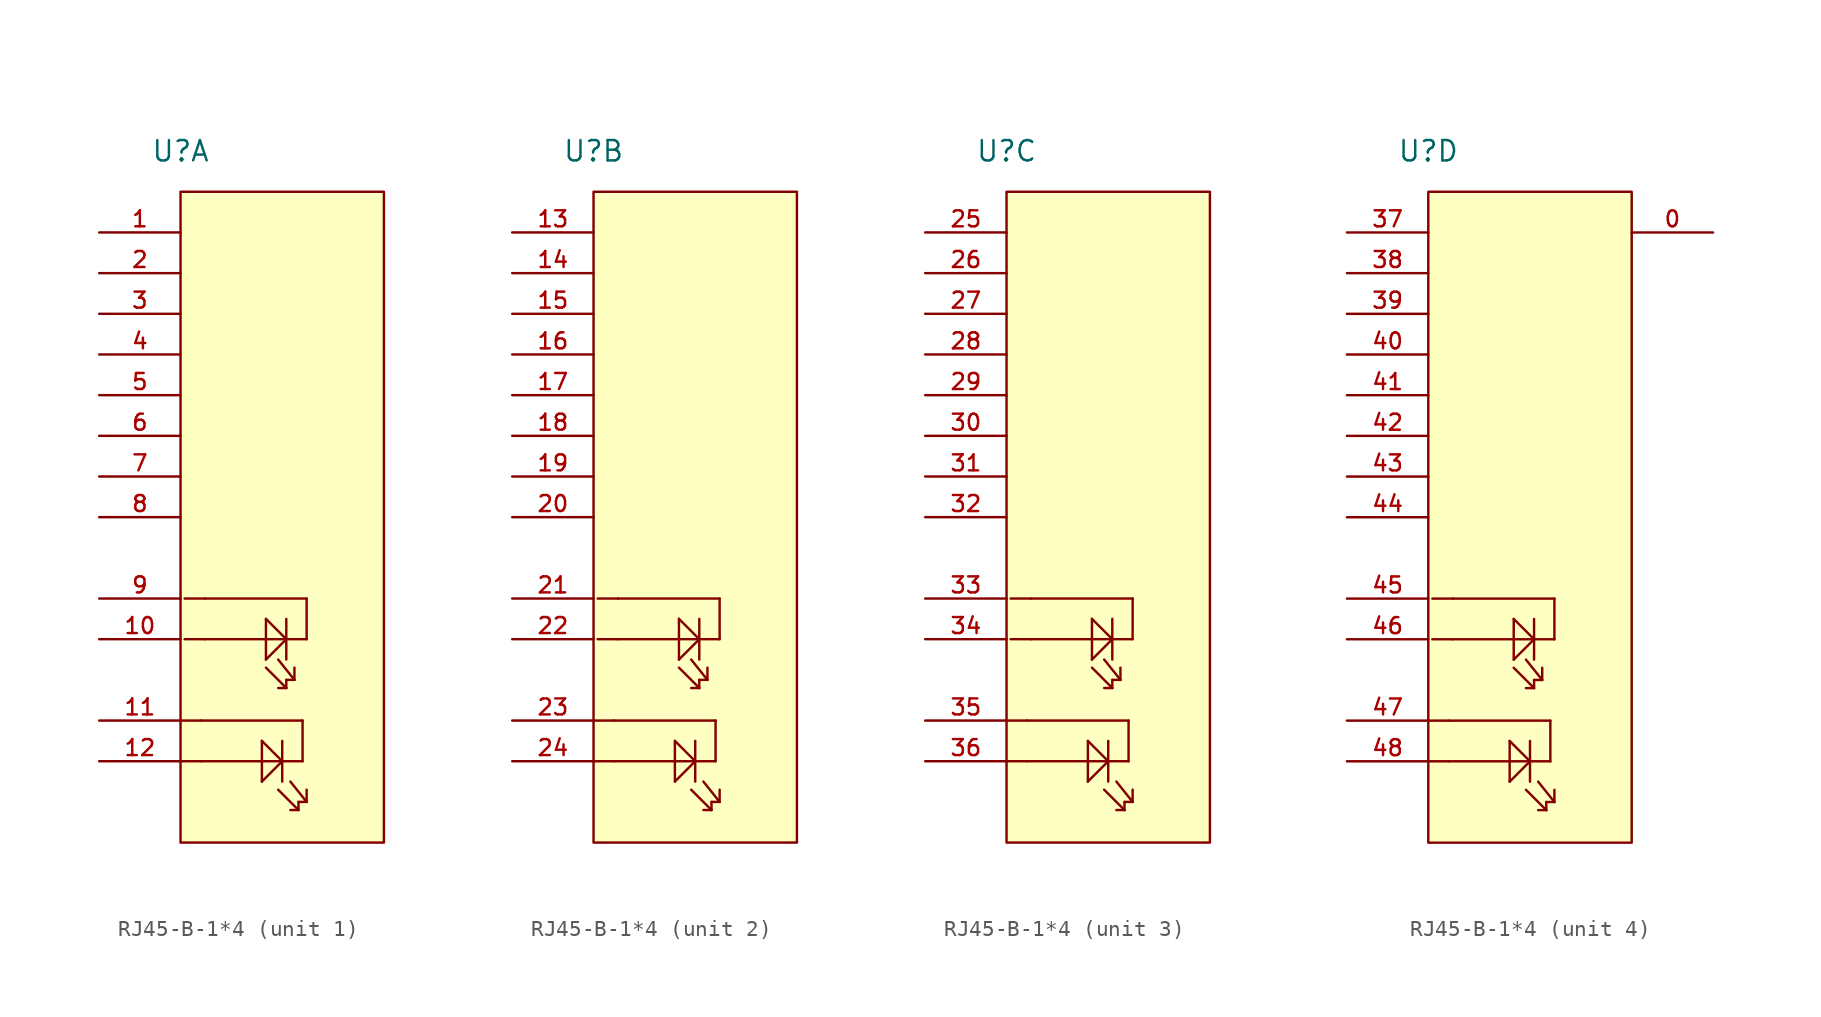
<source format=kicad_sym>
(kicad_symbol_lib
  (version 20211014)
  (generator kicad_symbol_editor)
  (symbol "RJ45-B-1*4"
    (pin_names hide)
    (property "Reference" "U"
      (at -6.35 20.32 0)
      (effects (font (size 1.27 1.27))))
    (symbol "RJ45-B-1*4_1_0"
      (rectangle (start -6.35 17.78) (end 6.35 -22.86) (stroke (width 0) (type default) (color 0 0 0 0)) (fill (type background)))
      (polyline (pts (xy -6.35 -17.78) (xy -5.08 -17.78)) (stroke (width 0) (type default) (color 0 0 0 0)) (fill (type none)))
      (polyline (pts (xy -6.35 -15.24) (xy -5.08 -15.24)) (stroke (width 0) (type default) (color 0 0 0 0)) (fill (type none)))
      (polyline (pts (xy -6.096 -10.16) (xy -4.826 -10.16)) (stroke (width 0) (type default) (color 0 0 0 0)) (fill (type none)))
      (polyline (pts (xy -6.096 -7.62) (xy -4.826 -7.62)) (stroke (width 0) (type default) (color 0 0 0 0)) (fill (type none)))
      (polyline (pts (xy -5.08 -17.78) (xy 1.27 -17.78)) (stroke (width 0) (type default) (color 0 0 0 0)) (fill (type none)))
      (polyline (pts (xy -4.826 -10.16) (xy 1.524 -10.16)) (stroke (width 0) (type default) (color 0 0 0 0)) (fill (type none)))
      (polyline (pts (xy -1.27 -19.05) (xy 0 -17.78)) (stroke (width 0) (type default) (color 0 0 0 0)) (fill (type none)))
      (polyline (pts (xy -1.27 -16.51) (xy -1.27 -19.05)) (stroke (width 0) (type default) (color 0 0 0 0)) (fill (type none)))
      (polyline (pts (xy -1.016 -11.938) (xy 0.254 -13.208)) (stroke (width 0) (type default) (color 0 0 0 0)) (fill (type none)))
      (polyline (pts (xy -1.016 -11.43) (xy 0.254 -10.16)) (stroke (width 0) (type default) (color 0 0 0 0)) (fill (type none)))
      (polyline (pts (xy -1.016 -8.89) (xy -1.016 -11.43)) (stroke (width 0) (type default) (color 0 0 0 0)) (fill (type none)))
      (polyline (pts (xy -0.254 -19.558) (xy 1.016 -20.828)) (stroke (width 0) (type default) (color 0 0 0 0)) (fill (type none)))
      (polyline (pts (xy -0.254 -11.43) (xy 0.762 -12.7)) (stroke (width 0) (type default) (color 0 0 0 0)) (fill (type none)))
      (polyline (pts (xy 0 -17.78) (xy -1.27 -16.51)) (stroke (width 0) (type default) (color 0 0 0 0)) (fill (type none)))
      (polyline (pts (xy 0 -16.51) (xy 0 -19.05)) (stroke (width 0) (type default) (color 0 0 0 0)) (fill (type none)))
      (polyline (pts (xy 0.254 -13.208) (xy -0.254 -13.208)) (stroke (width 0) (type default) (color 0 0 0 0)) (fill (type none)))
      (polyline (pts (xy 0.254 -13.208) (xy 0.254 -12.7)) (stroke (width 0) (type default) (color 0 0 0 0)) (fill (type none)))
      (polyline (pts (xy 0.254 -10.16) (xy -1.016 -8.89)) (stroke (width 0) (type default) (color 0 0 0 0)) (fill (type none)))
      (polyline (pts (xy 0.254 -8.89) (xy 0.254 -11.43)) (stroke (width 0) (type default) (color 0 0 0 0)) (fill (type none)))
      (polyline (pts (xy 0.508 -19.05) (xy 1.524 -20.32)) (stroke (width 0) (type default) (color 0 0 0 0)) (fill (type none)))
      (polyline (pts (xy 0.762 -12.7) (xy 0.254 -12.7)) (stroke (width 0) (type default) (color 0 0 0 0)) (fill (type none)))
      (polyline (pts (xy 0.762 -12.7) (xy 0.762 -11.938)) (stroke (width 0) (type default) (color 0 0 0 0)) (fill (type none)))
      (polyline (pts (xy 1.016 -20.828) (xy 0.508 -20.828)) (stroke (width 0) (type default) (color 0 0 0 0)) (fill (type none)))
      (polyline (pts (xy 1.016 -20.828) (xy 1.016 -20.32)) (stroke (width 0) (type default) (color 0 0 0 0)) (fill (type none)))
      (polyline (pts (xy 1.27 -17.78) (xy 1.27 -15.24)) (stroke (width 0) (type default) (color 0 0 0 0)) (fill (type none)))
      (polyline (pts (xy 1.27 -15.24) (xy -5.08 -15.24)) (stroke (width 0) (type default) (color 0 0 0 0)) (fill (type none)))
      (polyline (pts (xy 1.524 -20.32) (xy 1.016 -20.32)) (stroke (width 0) (type default) (color 0 0 0 0)) (fill (type none)))
      (polyline (pts (xy 1.524 -20.32) (xy 1.524 -19.558)) (stroke (width 0) (type default) (color 0 0 0 0)) (fill (type none)))
      (polyline (pts (xy 1.524 -10.16) (xy 1.524 -7.62)) (stroke (width 0) (type default) (color 0 0 0 0)) (fill (type none)))
      (polyline (pts (xy 1.524 -7.62) (xy -4.826 -7.62)) (stroke (width 0) (type default) (color 0 0 0 0)) (fill (type none)))
      (pin bidirectional line (at -11.43 15.24 0) (length 5.08) (name "1" (effects (font (size 1 1)))) (number "1" (effects (font (size 1 1)))))
      (pin power_in line (at -11.43 -10.16 0) (length 5.08) (name "10" (effects (font (size 1 1)))) (number "10" (effects (font (size 1 1)))))
      (pin power_in line (at -11.43 -15.24 0) (length 5.08) (name "11" (effects (font (size 1 1)))) (number "11" (effects (font (size 1 1)))))
      (pin power_in line (at -11.43 -17.78 0) (length 5.08) (name "12" (effects (font (size 1 1)))) (number "12" (effects (font (size 1 1)))))
      (pin bidirectional line (at -11.43 12.7 0) (length 5.08) (name "2" (effects (font (size 1 1)))) (number "2" (effects (font (size 1 1)))))
      (pin bidirectional line (at -11.43 10.16 0) (length 5.08) (name "3" (effects (font (size 1 1)))) (number "3" (effects (font (size 1 1)))))
      (pin bidirectional line (at -11.43 7.62 0) (length 5.08) (name "4" (effects (font (size 1 1)))) (number "4" (effects (font (size 1 1)))))
      (pin bidirectional line (at -11.43 5.08 0) (length 5.08) (name "5" (effects (font (size 1 1)))) (number "5" (effects (font (size 1 1)))))
      (pin bidirectional line (at -11.43 2.54 0) (length 5.08) (name "6" (effects (font (size 1 1)))) (number "6" (effects (font (size 1 1)))))
      (pin bidirectional line (at -11.43 0 0) (length 5.08) (name "7" (effects (font (size 1 1)))) (number "7" (effects (font (size 1 1)))))
      (pin bidirectional line (at -11.43 -2.54 0) (length 5.08) (name "8" (effects (font (size 1 1)))) (number "8" (effects (font (size 1 1)))))
      (pin power_in line (at -11.43 -7.62 0) (length 5.08) (name "9" (effects (font (size 1 1)))) (number "9" (effects (font (size 1 1))))))
    (symbol "RJ45-B-1*4_2_0"
      (rectangle (start -6.35 17.78) (end 6.35 -22.86) (stroke (width 0) (type default) (color 0 0 0 0)) (fill (type background)))
      (polyline (pts (xy -6.35 -17.78) (xy -5.08 -17.78)) (stroke (width 0) (type default) (color 0 0 0 0)) (fill (type none)))
      (polyline (pts (xy -6.35 -15.24) (xy -5.08 -15.24)) (stroke (width 0) (type default) (color 0 0 0 0)) (fill (type none)))
      (polyline (pts (xy -6.096 -10.16) (xy -4.826 -10.16)) (stroke (width 0) (type default) (color 0 0 0 0)) (fill (type none)))
      (polyline (pts (xy -6.096 -7.62) (xy -4.826 -7.62)) (stroke (width 0) (type default) (color 0 0 0 0)) (fill (type none)))
      (polyline (pts (xy -5.08 -17.78) (xy 1.27 -17.78)) (stroke (width 0) (type default) (color 0 0 0 0)) (fill (type none)))
      (polyline (pts (xy -4.826 -10.16) (xy 1.524 -10.16)) (stroke (width 0) (type default) (color 0 0 0 0)) (fill (type none)))
      (polyline (pts (xy -1.27 -19.05) (xy 0 -17.78)) (stroke (width 0) (type default) (color 0 0 0 0)) (fill (type none)))
      (polyline (pts (xy -1.27 -16.51) (xy -1.27 -19.05)) (stroke (width 0) (type default) (color 0 0 0 0)) (fill (type none)))
      (polyline (pts (xy -1.016 -11.938) (xy 0.254 -13.208)) (stroke (width 0) (type default) (color 0 0 0 0)) (fill (type none)))
      (polyline (pts (xy -1.016 -11.43) (xy 0.254 -10.16)) (stroke (width 0) (type default) (color 0 0 0 0)) (fill (type none)))
      (polyline (pts (xy -1.016 -8.89) (xy -1.016 -11.43)) (stroke (width 0) (type default) (color 0 0 0 0)) (fill (type none)))
      (polyline (pts (xy -0.254 -19.558) (xy 1.016 -20.828)) (stroke (width 0) (type default) (color 0 0 0 0)) (fill (type none)))
      (polyline (pts (xy -0.254 -11.43) (xy 0.762 -12.7)) (stroke (width 0) (type default) (color 0 0 0 0)) (fill (type none)))
      (polyline (pts (xy 0 -17.78) (xy -1.27 -16.51)) (stroke (width 0) (type default) (color 0 0 0 0)) (fill (type none)))
      (polyline (pts (xy 0 -16.51) (xy 0 -19.05)) (stroke (width 0) (type default) (color 0 0 0 0)) (fill (type none)))
      (polyline (pts (xy 0.254 -13.208) (xy -0.254 -13.208)) (stroke (width 0) (type default) (color 0 0 0 0)) (fill (type none)))
      (polyline (pts (xy 0.254 -13.208) (xy 0.254 -12.7)) (stroke (width 0) (type default) (color 0 0 0 0)) (fill (type none)))
      (polyline (pts (xy 0.254 -10.16) (xy -1.016 -8.89)) (stroke (width 0) (type default) (color 0 0 0 0)) (fill (type none)))
      (polyline (pts (xy 0.254 -8.89) (xy 0.254 -11.43)) (stroke (width 0) (type default) (color 0 0 0 0)) (fill (type none)))
      (polyline (pts (xy 0.508 -19.05) (xy 1.524 -20.32)) (stroke (width 0) (type default) (color 0 0 0 0)) (fill (type none)))
      (polyline (pts (xy 0.762 -12.7) (xy 0.254 -12.7)) (stroke (width 0) (type default) (color 0 0 0 0)) (fill (type none)))
      (polyline (pts (xy 0.762 -12.7) (xy 0.762 -11.938)) (stroke (width 0) (type default) (color 0 0 0 0)) (fill (type none)))
      (polyline (pts (xy 1.016 -20.828) (xy 0.508 -20.828)) (stroke (width 0) (type default) (color 0 0 0 0)) (fill (type none)))
      (polyline (pts (xy 1.016 -20.828) (xy 1.016 -20.32)) (stroke (width 0) (type default) (color 0 0 0 0)) (fill (type none)))
      (polyline (pts (xy 1.27 -17.78) (xy 1.27 -15.24)) (stroke (width 0) (type default) (color 0 0 0 0)) (fill (type none)))
      (polyline (pts (xy 1.27 -15.24) (xy -5.08 -15.24)) (stroke (width 0) (type default) (color 0 0 0 0)) (fill (type none)))
      (polyline (pts (xy 1.524 -20.32) (xy 1.016 -20.32)) (stroke (width 0) (type default) (color 0 0 0 0)) (fill (type none)))
      (polyline (pts (xy 1.524 -20.32) (xy 1.524 -19.558)) (stroke (width 0) (type default) (color 0 0 0 0)) (fill (type none)))
      (polyline (pts (xy 1.524 -10.16) (xy 1.524 -7.62)) (stroke (width 0) (type default) (color 0 0 0 0)) (fill (type none)))
      (polyline (pts (xy 1.524 -7.62) (xy -4.826 -7.62)) (stroke (width 0) (type default) (color 0 0 0 0)) (fill (type none)))
      (pin bidirectional line (at -11.43 15.24 0) (length 5.08) (name "13" (effects (font (size 1 1)))) (number "13" (effects (font (size 1 1)))))
      (pin bidirectional line (at -11.43 12.7 0) (length 5.08) (name "14" (effects (font (size 1 1)))) (number "14" (effects (font (size 1 1)))))
      (pin bidirectional line (at -11.43 10.16 0) (length 5.08) (name "15" (effects (font (size 1 1)))) (number "15" (effects (font (size 1 1)))))
      (pin bidirectional line (at -11.43 7.62 0) (length 5.08) (name "16" (effects (font (size 1 1)))) (number "16" (effects (font (size 1 1)))))
      (pin bidirectional line (at -11.43 5.08 0) (length 5.08) (name "17" (effects (font (size 1 1)))) (number "17" (effects (font (size 1 1)))))
      (pin bidirectional line (at -11.43 2.54 0) (length 5.08) (name "18" (effects (font (size 1 1)))) (number "18" (effects (font (size 1 1)))))
      (pin bidirectional line (at -11.43 0 0) (length 5.08) (name "19" (effects (font (size 1 1)))) (number "19" (effects (font (size 1 1)))))
      (pin bidirectional line (at -11.43 -2.54 0) (length 5.08) (name "20" (effects (font (size 1 1)))) (number "20" (effects (font (size 1 1)))))
      (pin power_in line (at -11.43 -7.62 0) (length 5.08) (name "21" (effects (font (size 1 1)))) (number "21" (effects (font (size 1 1)))))
      (pin power_in line (at -11.43 -10.16 0) (length 5.08) (name "22" (effects (font (size 1 1)))) (number "22" (effects (font (size 1 1)))))
      (pin power_in line (at -11.43 -15.24 0) (length 5.08) (name "23" (effects (font (size 1 1)))) (number "23" (effects (font (size 1 1)))))
      (pin power_in line (at -11.43 -17.78 0) (length 5.08) (name "24" (effects (font (size 1 1)))) (number "24" (effects (font (size 1 1))))))
    (symbol "RJ45-B-1*4_3_0"
      (rectangle (start -6.35 17.78) (end 6.35 -22.86) (stroke (width 0) (type default) (color 0 0 0 0)) (fill (type background)))
      (polyline (pts (xy -6.35 -17.78) (xy -5.08 -17.78)) (stroke (width 0) (type default) (color 0 0 0 0)) (fill (type none)))
      (polyline (pts (xy -6.35 -15.24) (xy -5.08 -15.24)) (stroke (width 0) (type default) (color 0 0 0 0)) (fill (type none)))
      (polyline (pts (xy -6.096 -10.16) (xy -4.826 -10.16)) (stroke (width 0) (type default) (color 0 0 0 0)) (fill (type none)))
      (polyline (pts (xy -6.096 -7.62) (xy -4.826 -7.62)) (stroke (width 0) (type default) (color 0 0 0 0)) (fill (type none)))
      (polyline (pts (xy -5.08 -17.78) (xy 1.27 -17.78)) (stroke (width 0) (type default) (color 0 0 0 0)) (fill (type none)))
      (polyline (pts (xy -4.826 -10.16) (xy 1.524 -10.16)) (stroke (width 0) (type default) (color 0 0 0 0)) (fill (type none)))
      (polyline (pts (xy -1.27 -19.05) (xy 0 -17.78)) (stroke (width 0) (type default) (color 0 0 0 0)) (fill (type none)))
      (polyline (pts (xy -1.27 -16.51) (xy -1.27 -19.05)) (stroke (width 0) (type default) (color 0 0 0 0)) (fill (type none)))
      (polyline (pts (xy -1.016 -11.938) (xy 0.254 -13.208)) (stroke (width 0) (type default) (color 0 0 0 0)) (fill (type none)))
      (polyline (pts (xy -1.016 -11.43) (xy 0.254 -10.16)) (stroke (width 0) (type default) (color 0 0 0 0)) (fill (type none)))
      (polyline (pts (xy -1.016 -8.89) (xy -1.016 -11.43)) (stroke (width 0) (type default) (color 0 0 0 0)) (fill (type none)))
      (polyline (pts (xy -0.254 -19.558) (xy 1.016 -20.828)) (stroke (width 0) (type default) (color 0 0 0 0)) (fill (type none)))
      (polyline (pts (xy -0.254 -11.43) (xy 0.762 -12.7)) (stroke (width 0) (type default) (color 0 0 0 0)) (fill (type none)))
      (polyline (pts (xy 0 -17.78) (xy -1.27 -16.51)) (stroke (width 0) (type default) (color 0 0 0 0)) (fill (type none)))
      (polyline (pts (xy 0 -16.51) (xy 0 -19.05)) (stroke (width 0) (type default) (color 0 0 0 0)) (fill (type none)))
      (polyline (pts (xy 0.254 -13.208) (xy -0.254 -13.208)) (stroke (width 0) (type default) (color 0 0 0 0)) (fill (type none)))
      (polyline (pts (xy 0.254 -13.208) (xy 0.254 -12.7)) (stroke (width 0) (type default) (color 0 0 0 0)) (fill (type none)))
      (polyline (pts (xy 0.254 -10.16) (xy -1.016 -8.89)) (stroke (width 0) (type default) (color 0 0 0 0)) (fill (type none)))
      (polyline (pts (xy 0.254 -8.89) (xy 0.254 -11.43)) (stroke (width 0) (type default) (color 0 0 0 0)) (fill (type none)))
      (polyline (pts (xy 0.508 -19.05) (xy 1.524 -20.32)) (stroke (width 0) (type default) (color 0 0 0 0)) (fill (type none)))
      (polyline (pts (xy 0.762 -12.7) (xy 0.254 -12.7)) (stroke (width 0) (type default) (color 0 0 0 0)) (fill (type none)))
      (polyline (pts (xy 0.762 -12.7) (xy 0.762 -11.938)) (stroke (width 0) (type default) (color 0 0 0 0)) (fill (type none)))
      (polyline (pts (xy 1.016 -20.828) (xy 0.508 -20.828)) (stroke (width 0) (type default) (color 0 0 0 0)) (fill (type none)))
      (polyline (pts (xy 1.016 -20.828) (xy 1.016 -20.32)) (stroke (width 0) (type default) (color 0 0 0 0)) (fill (type none)))
      (polyline (pts (xy 1.27 -17.78) (xy 1.27 -15.24)) (stroke (width 0) (type default) (color 0 0 0 0)) (fill (type none)))
      (polyline (pts (xy 1.27 -15.24) (xy -5.08 -15.24)) (stroke (width 0) (type default) (color 0 0 0 0)) (fill (type none)))
      (polyline (pts (xy 1.524 -20.32) (xy 1.016 -20.32)) (stroke (width 0) (type default) (color 0 0 0 0)) (fill (type none)))
      (polyline (pts (xy 1.524 -20.32) (xy 1.524 -19.558)) (stroke (width 0) (type default) (color 0 0 0 0)) (fill (type none)))
      (polyline (pts (xy 1.524 -10.16) (xy 1.524 -7.62)) (stroke (width 0) (type default) (color 0 0 0 0)) (fill (type none)))
      (polyline (pts (xy 1.524 -7.62) (xy -4.826 -7.62)) (stroke (width 0) (type default) (color 0 0 0 0)) (fill (type none)))
      (pin bidirectional line (at -11.43 15.24 0) (length 5.08) (name "25" (effects (font (size 1 1)))) (number "25" (effects (font (size 1 1)))))
      (pin bidirectional line (at -11.43 12.7 0) (length 5.08) (name "26" (effects (font (size 1 1)))) (number "26" (effects (font (size 1 1)))))
      (pin bidirectional line (at -11.43 10.16 0) (length 5.08) (name "27" (effects (font (size 1 1)))) (number "27" (effects (font (size 1 1)))))
      (pin bidirectional line (at -11.43 7.62 0) (length 5.08) (name "28" (effects (font (size 1 1)))) (number "28" (effects (font (size 1 1)))))
      (pin bidirectional line (at -11.43 5.08 0) (length 5.08) (name "29" (effects (font (size 1 1)))) (number "29" (effects (font (size 1 1)))))
      (pin bidirectional line (at -11.43 2.54 0) (length 5.08) (name "30" (effects (font (size 1 1)))) (number "30" (effects (font (size 1 1)))))
      (pin bidirectional line (at -11.43 0 0) (length 5.08) (name "31" (effects (font (size 1 1)))) (number "31" (effects (font (size 1 1)))))
      (pin bidirectional line (at -11.43 -2.54 0) (length 5.08) (name "32" (effects (font (size 1 1)))) (number "32" (effects (font (size 1 1)))))
      (pin power_in line (at -11.43 -7.62 0) (length 5.08) (name "33" (effects (font (size 1 1)))) (number "33" (effects (font (size 1 1)))))
      (pin power_in line (at -11.43 -10.16 0) (length 5.08) (name "34" (effects (font (size 1 1)))) (number "34" (effects (font (size 1 1)))))
      (pin power_in line (at -11.43 -15.24 0) (length 5.08) (name "35" (effects (font (size 1 1)))) (number "35" (effects (font (size 1 1)))))
      (pin power_in line (at -11.43 -17.78 0) (length 5.08) (name "36" (effects (font (size 1 1)))) (number "36" (effects (font (size 1 1))))))
    (symbol "RJ45-B-1*4_4_0"
      (rectangle (start -6.35 17.78) (end 6.35 -22.86) (stroke (width 0) (type default) (color 0 0 0 0)) (fill (type background)))
      (polyline (pts (xy -6.35 -17.78) (xy -5.08 -17.78)) (stroke (width 0) (type default) (color 0 0 0 0)) (fill (type none)))
      (polyline (pts (xy -6.35 -15.24) (xy -5.08 -15.24)) (stroke (width 0) (type default) (color 0 0 0 0)) (fill (type none)))
      (polyline (pts (xy -6.096 -10.16) (xy -4.826 -10.16)) (stroke (width 0) (type default) (color 0 0 0 0)) (fill (type none)))
      (polyline (pts (xy -6.096 -7.62) (xy -4.826 -7.62)) (stroke (width 0) (type default) (color 0 0 0 0)) (fill (type none)))
      (polyline (pts (xy -5.08 -17.78) (xy 1.27 -17.78)) (stroke (width 0) (type default) (color 0 0 0 0)) (fill (type none)))
      (polyline (pts (xy -4.826 -10.16) (xy 1.524 -10.16)) (stroke (width 0) (type default) (color 0 0 0 0)) (fill (type none)))
      (polyline (pts (xy -1.27 -19.05) (xy 0 -17.78)) (stroke (width 0) (type default) (color 0 0 0 0)) (fill (type none)))
      (polyline (pts (xy -1.27 -16.51) (xy -1.27 -19.05)) (stroke (width 0) (type default) (color 0 0 0 0)) (fill (type none)))
      (polyline (pts (xy -1.016 -11.938) (xy 0.254 -13.208)) (stroke (width 0) (type default) (color 0 0 0 0)) (fill (type none)))
      (polyline (pts (xy -1.016 -11.43) (xy 0.254 -10.16)) (stroke (width 0) (type default) (color 0 0 0 0)) (fill (type none)))
      (polyline (pts (xy -1.016 -8.89) (xy -1.016 -11.43)) (stroke (width 0) (type default) (color 0 0 0 0)) (fill (type none)))
      (polyline (pts (xy -0.254 -19.558) (xy 1.016 -20.828)) (stroke (width 0) (type default) (color 0 0 0 0)) (fill (type none)))
      (polyline (pts (xy -0.254 -11.43) (xy 0.762 -12.7)) (stroke (width 0) (type default) (color 0 0 0 0)) (fill (type none)))
      (polyline (pts (xy 0 -17.78) (xy -1.27 -16.51)) (stroke (width 0) (type default) (color 0 0 0 0)) (fill (type none)))
      (polyline (pts (xy 0 -16.51) (xy 0 -19.05)) (stroke (width 0) (type default) (color 0 0 0 0)) (fill (type none)))
      (polyline (pts (xy 0.254 -13.208) (xy -0.254 -13.208)) (stroke (width 0) (type default) (color 0 0 0 0)) (fill (type none)))
      (polyline (pts (xy 0.254 -13.208) (xy 0.254 -12.7)) (stroke (width 0) (type default) (color 0 0 0 0)) (fill (type none)))
      (polyline (pts (xy 0.254 -10.16) (xy -1.016 -8.89)) (stroke (width 0) (type default) (color 0 0 0 0)) (fill (type none)))
      (polyline (pts (xy 0.254 -8.89) (xy 0.254 -11.43)) (stroke (width 0) (type default) (color 0 0 0 0)) (fill (type none)))
      (polyline (pts (xy 0.508 -19.05) (xy 1.524 -20.32)) (stroke (width 0) (type default) (color 0 0 0 0)) (fill (type none)))
      (polyline (pts (xy 0.762 -12.7) (xy 0.254 -12.7)) (stroke (width 0) (type default) (color 0 0 0 0)) (fill (type none)))
      (polyline (pts (xy 0.762 -12.7) (xy 0.762 -11.938)) (stroke (width 0) (type default) (color 0 0 0 0)) (fill (type none)))
      (polyline (pts (xy 1.016 -20.828) (xy 0.508 -20.828)) (stroke (width 0) (type default) (color 0 0 0 0)) (fill (type none)))
      (polyline (pts (xy 1.016 -20.828) (xy 1.016 -20.32)) (stroke (width 0) (type default) (color 0 0 0 0)) (fill (type none)))
      (polyline (pts (xy 1.27 -17.78) (xy 1.27 -15.24)) (stroke (width 0) (type default) (color 0 0 0 0)) (fill (type none)))
      (polyline (pts (xy 1.27 -15.24) (xy -5.08 -15.24)) (stroke (width 0) (type default) (color 0 0 0 0)) (fill (type none)))
      (polyline (pts (xy 1.524 -20.32) (xy 1.016 -20.32)) (stroke (width 0) (type default) (color 0 0 0 0)) (fill (type none)))
      (polyline (pts (xy 1.524 -20.32) (xy 1.524 -19.558)) (stroke (width 0) (type default) (color 0 0 0 0)) (fill (type none)))
      (polyline (pts (xy 1.524 -10.16) (xy 1.524 -7.62)) (stroke (width 0) (type default) (color 0 0 0 0)) (fill (type none)))
      (polyline (pts (xy 1.524 -7.62) (xy -4.826 -7.62)) (stroke (width 0) (type default) (color 0 0 0 0)) (fill (type none)))
      (pin passive line (at 11.43 15.24 180) (length 5.08) (name "0" (effects (font (size 1 1)))) (number "0" (effects (font (size 1 1)))))
      (pin bidirectional line (at -11.43 15.24 0) (length 5.08) (name "37" (effects (font (size 1 1)))) (number "37" (effects (font (size 1 1)))))
      (pin bidirectional line (at -11.43 12.7 0) (length 5.08) (name "38" (effects (font (size 1 1)))) (number "38" (effects (font (size 1 1)))))
      (pin bidirectional line (at -11.43 10.16 0) (length 5.08) (name "39" (effects (font (size 1 1)))) (number "39" (effects (font (size 1 1)))))
      (pin bidirectional line (at -11.43 7.62 0) (length 5.08) (name "40" (effects (font (size 1 1)))) (number "40" (effects (font (size 1 1)))))
      (pin bidirectional line (at -11.43 5.08 0) (length 5.08) (name "41" (effects (font (size 1 1)))) (number "41" (effects (font (size 1 1)))))
      (pin bidirectional line (at -11.43 2.54 0) (length 5.08) (name "42" (effects (font (size 1 1)))) (number "42" (effects (font (size 1 1)))))
      (pin bidirectional line (at -11.43 0 0) (length 5.08) (name "43" (effects (font (size 1 1)))) (number "43" (effects (font (size 1 1)))))
      (pin bidirectional line (at -11.43 -2.54 0) (length 5.08) (name "44" (effects (font (size 1 1)))) (number "44" (effects (font (size 1 1)))))
      (pin power_in line (at -11.43 -7.62 0) (length 5.08) (name "45" (effects (font (size 1 1)))) (number "45" (effects (font (size 1 1)))))
      (pin power_in line (at -11.43 -10.16 0) (length 5.08) (name "46" (effects (font (size 1 1)))) (number "46" (effects (font (size 1 1)))))
      (pin power_in line (at -11.43 -15.24 0) (length 5.08) (name "47" (effects (font (size 1 1)))) (number "47" (effects (font (size 1 1)))))
      (pin power_in line (at -11.43 -17.78 0) (length 5.08) (name "48" (effects (font (size 1 1)))) (number "48" (effects (font (size 1 1))))))))
</source>
